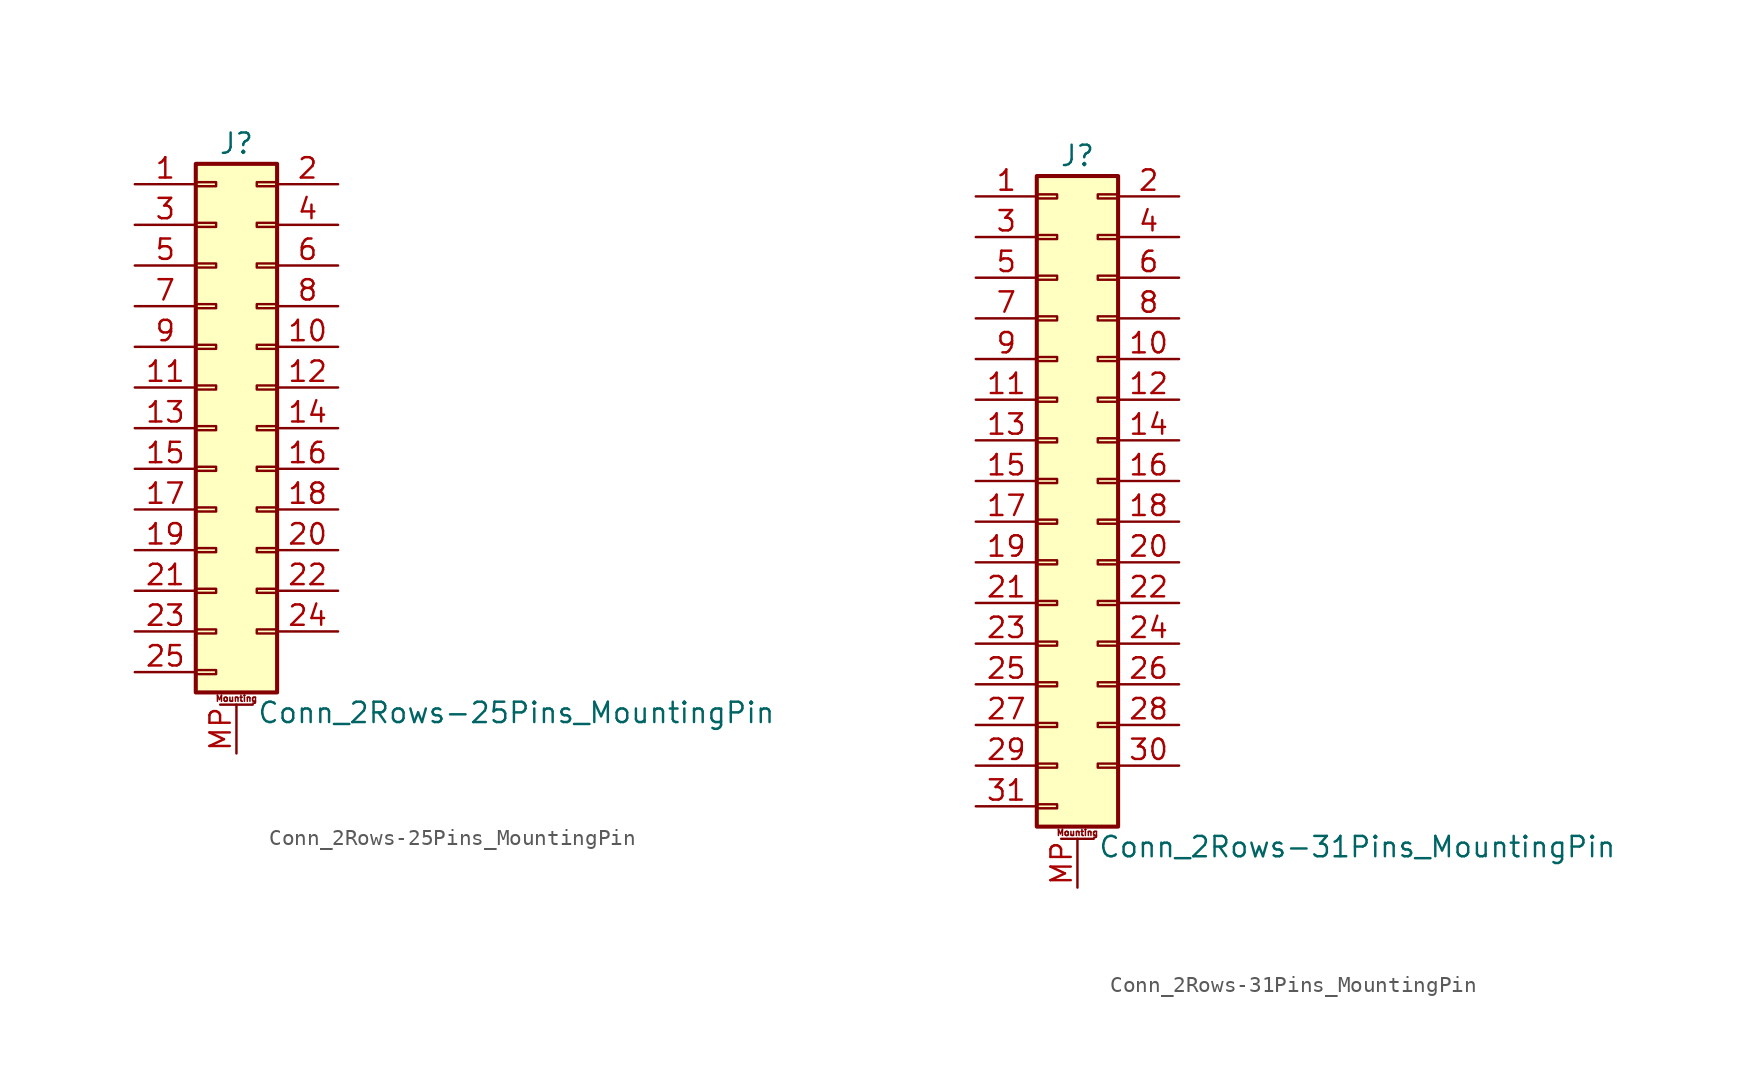
<source format=kicad_sym>
(kicad_symbol_lib
  (version 20211014)
  (generator kicad_symbol_editor)
  (symbol "Conn_2Rows-25Pins_MountingPin"
    (pin_names
      (offset 1.016) hide)
    (property "Reference" "J"
      (at 1.27 17.78 0)
      (effects (font (size 1.27 1.27))))
    (property "Value" "Conn_2Rows-25Pins_MountingPin"
      (at 2.54 -17.78 0)
      (effects (font (size 1.27 1.27)) (justify left)))
    (symbol "Conn_2Rows-25Pins_MountingPin_1_1"
      (rectangle (start -1.27 -15.113) (end 0 -15.367) (stroke (width 0.152) (type default) (color 0 0 0 0)) (fill (type none)))
      (rectangle (start -1.27 -12.573) (end 0 -12.827) (stroke (width 0.152) (type default) (color 0 0 0 0)) (fill (type none)))
      (rectangle (start -1.27 -10.033) (end 0 -10.287) (stroke (width 0.152) (type default) (color 0 0 0 0)) (fill (type none)))
      (rectangle (start -1.27 -7.493) (end 0 -7.747) (stroke (width 0.152) (type default) (color 0 0 0 0)) (fill (type none)))
      (rectangle (start -1.27 -4.953) (end 0 -5.207) (stroke (width 0.152) (type default) (color 0 0 0 0)) (fill (type none)))
      (rectangle (start -1.27 -2.413) (end 0 -2.667) (stroke (width 0.152) (type default) (color 0 0 0 0)) (fill (type none)))
      (rectangle (start -1.27 0.127) (end 0 -0.127) (stroke (width 0.152) (type default) (color 0 0 0 0)) (fill (type none)))
      (rectangle (start -1.27 2.667) (end 0 2.413) (stroke (width 0.152) (type default) (color 0 0 0 0)) (fill (type none)))
      (rectangle (start -1.27 5.207) (end 0 4.953) (stroke (width 0.152) (type default) (color 0 0 0 0)) (fill (type none)))
      (rectangle (start -1.27 7.747) (end 0 7.493) (stroke (width 0.152) (type default) (color 0 0 0 0)) (fill (type none)))
      (rectangle (start -1.27 10.287) (end 0 10.033) (stroke (width 0.152) (type default) (color 0 0 0 0)) (fill (type none)))
      (rectangle (start -1.27 12.827) (end 0 12.573) (stroke (width 0.152) (type default) (color 0 0 0 0)) (fill (type none)))
      (rectangle (start -1.27 15.367) (end 0 15.113) (stroke (width 0.152) (type default) (color 0 0 0 0)) (fill (type none)))
      (rectangle (start -1.27 16.51) (end 3.81 -16.51) (stroke (width 0.254) (type default) (color 0 0 0 0)) (fill (type background)))
      (polyline (pts (xy 0.254 -17.272) (xy 2.286 -17.272)) (stroke (width 0.152) (type default) (color 0 0 0 0)) (fill (type none)))
      (rectangle (start 3.81 -12.573) (end 2.54 -12.827) (stroke (width 0.152) (type default) (color 0 0 0 0)) (fill (type none)))
      (rectangle (start 3.81 -10.033) (end 2.54 -10.287) (stroke (width 0.152) (type default) (color 0 0 0 0)) (fill (type none)))
      (rectangle (start 3.81 -7.493) (end 2.54 -7.747) (stroke (width 0.152) (type default) (color 0 0 0 0)) (fill (type none)))
      (rectangle (start 3.81 -4.953) (end 2.54 -5.207) (stroke (width 0.152) (type default) (color 0 0 0 0)) (fill (type none)))
      (rectangle (start 3.81 -2.413) (end 2.54 -2.667) (stroke (width 0.152) (type default) (color 0 0 0 0)) (fill (type none)))
      (rectangle (start 3.81 0.127) (end 2.54 -0.127) (stroke (width 0.152) (type default) (color 0 0 0 0)) (fill (type none)))
      (rectangle (start 3.81 2.667) (end 2.54 2.413) (stroke (width 0.152) (type default) (color 0 0 0 0)) (fill (type none)))
      (rectangle (start 3.81 5.207) (end 2.54 4.953) (stroke (width 0.152) (type default) (color 0 0 0 0)) (fill (type none)))
      (rectangle (start 3.81 7.747) (end 2.54 7.493) (stroke (width 0.152) (type default) (color 0 0 0 0)) (fill (type none)))
      (rectangle (start 3.81 10.287) (end 2.54 10.033) (stroke (width 0.152) (type default) (color 0 0 0 0)) (fill (type none)))
      (rectangle (start 3.81 12.827) (end 2.54 12.573) (stroke (width 0.152) (type default) (color 0 0 0 0)) (fill (type none)))
      (rectangle (start 3.81 15.367) (end 2.54 15.113) (stroke (width 0.152) (type default) (color 0 0 0 0)) (fill (type none)))
      (text "Mounting" (at 1.27 -16.891 0) (effects (font (size 0.381 0.381))))
      (pin passive line (at -5.08 15.24 0) (length 3.81) (name "Pin_1" (effects (font (size 1.27 1.27)))) (number "1" (effects (font (size 1.27 1.27)))))
      (pin passive line (at 7.62 5.08 180) (length 3.81) (name "Pin_10" (effects (font (size 1.27 1.27)))) (number "10" (effects (font (size 1.27 1.27)))))
      (pin passive line (at -5.08 2.54 0) (length 3.81) (name "Pin_11" (effects (font (size 1.27 1.27)))) (number "11" (effects (font (size 1.27 1.27)))))
      (pin passive line (at 7.62 2.54 180) (length 3.81) (name "Pin_12" (effects (font (size 1.27 1.27)))) (number "12" (effects (font (size 1.27 1.27)))))
      (pin passive line (at -5.08 0 0) (length 3.81) (name "Pin_13" (effects (font (size 1.27 1.27)))) (number "13" (effects (font (size 1.27 1.27)))))
      (pin passive line (at 7.62 0 180) (length 3.81) (name "Pin_14" (effects (font (size 1.27 1.27)))) (number "14" (effects (font (size 1.27 1.27)))))
      (pin passive line (at -5.08 -2.54 0) (length 3.81) (name "Pin_15" (effects (font (size 1.27 1.27)))) (number "15" (effects (font (size 1.27 1.27)))))
      (pin passive line (at 7.62 -2.54 180) (length 3.81) (name "Pin_16" (effects (font (size 1.27 1.27)))) (number "16" (effects (font (size 1.27 1.27)))))
      (pin passive line (at -5.08 -5.08 0) (length 3.81) (name "Pin_17" (effects (font (size 1.27 1.27)))) (number "17" (effects (font (size 1.27 1.27)))))
      (pin passive line (at 7.62 -5.08 180) (length 3.81) (name "Pin_18" (effects (font (size 1.27 1.27)))) (number "18" (effects (font (size 1.27 1.27)))))
      (pin passive line (at -5.08 -7.62 0) (length 3.81) (name "Pin_19" (effects (font (size 1.27 1.27)))) (number "19" (effects (font (size 1.27 1.27)))))
      (pin passive line (at 7.62 15.24 180) (length 3.81) (name "Pin_2" (effects (font (size 1.27 1.27)))) (number "2" (effects (font (size 1.27 1.27)))))
      (pin passive line (at 7.62 -7.62 180) (length 3.81) (name "Pin_20" (effects (font (size 1.27 1.27)))) (number "20" (effects (font (size 1.27 1.27)))))
      (pin passive line (at -5.08 -10.16 0) (length 3.81) (name "Pin_21" (effects (font (size 1.27 1.27)))) (number "21" (effects (font (size 1.27 1.27)))))
      (pin passive line (at 7.62 -10.16 180) (length 3.81) (name "Pin_22" (effects (font (size 1.27 1.27)))) (number "22" (effects (font (size 1.27 1.27)))))
      (pin passive line (at -5.08 -12.7 0) (length 3.81) (name "Pin_23" (effects (font (size 1.27 1.27)))) (number "23" (effects (font (size 1.27 1.27)))))
      (pin passive line (at 7.62 -12.7 180) (length 3.81) (name "Pin_24" (effects (font (size 1.27 1.27)))) (number "24" (effects (font (size 1.27 1.27)))))
      (pin passive line (at -5.08 -15.24 0) (length 3.81) (name "Pin_25" (effects (font (size 1.27 1.27)))) (number "25" (effects (font (size 1.27 1.27)))))
      (pin passive line (at -5.08 12.7 0) (length 3.81) (name "Pin_3" (effects (font (size 1.27 1.27)))) (number "3" (effects (font (size 1.27 1.27)))))
      (pin passive line (at 7.62 12.7 180) (length 3.81) (name "Pin_4" (effects (font (size 1.27 1.27)))) (number "4" (effects (font (size 1.27 1.27)))))
      (pin passive line (at -5.08 10.16 0) (length 3.81) (name "Pin_5" (effects (font (size 1.27 1.27)))) (number "5" (effects (font (size 1.27 1.27)))))
      (pin passive line (at 7.62 10.16 180) (length 3.81) (name "Pin_6" (effects (font (size 1.27 1.27)))) (number "6" (effects (font (size 1.27 1.27)))))
      (pin passive line (at -5.08 7.62 0) (length 3.81) (name "Pin_7" (effects (font (size 1.27 1.27)))) (number "7" (effects (font (size 1.27 1.27)))))
      (pin passive line (at 7.62 7.62 180) (length 3.81) (name "Pin_8" (effects (font (size 1.27 1.27)))) (number "8" (effects (font (size 1.27 1.27)))))
      (pin passive line (at -5.08 5.08 0) (length 3.81) (name "Pin_9" (effects (font (size 1.27 1.27)))) (number "9" (effects (font (size 1.27 1.27)))))
      (pin passive line (at 1.27 -20.32 90) (length 3.048) (name "MountPin" (effects (font (size 1.27 1.27)))) (number "MP" (effects (font (size 1.27 1.27)))))))
  (symbol "Conn_2Rows-31Pins_MountingPin"
    (pin_names
      (offset 1.016) hide)
    (property "Reference" "J"
      (at 1.27 20.32 0)
      (effects (font (size 1.27 1.27))))
    (property "Value" "Conn_2Rows-31Pins_MountingPin"
      (at 2.54 -22.86 0)
      (effects (font (size 1.27 1.27)) (justify left)))
    (symbol "Conn_2Rows-31Pins_MountingPin_1_1"
      (rectangle (start -1.27 -20.193) (end 0 -20.447) (stroke (width 0.152) (type default) (color 0 0 0 0)) (fill (type none)))
      (rectangle (start -1.27 -17.653) (end 0 -17.907) (stroke (width 0.152) (type default) (color 0 0 0 0)) (fill (type none)))
      (rectangle (start -1.27 -15.113) (end 0 -15.367) (stroke (width 0.152) (type default) (color 0 0 0 0)) (fill (type none)))
      (rectangle (start -1.27 -12.573) (end 0 -12.827) (stroke (width 0.152) (type default) (color 0 0 0 0)) (fill (type none)))
      (rectangle (start -1.27 -10.033) (end 0 -10.287) (stroke (width 0.152) (type default) (color 0 0 0 0)) (fill (type none)))
      (rectangle (start -1.27 -7.493) (end 0 -7.747) (stroke (width 0.152) (type default) (color 0 0 0 0)) (fill (type none)))
      (rectangle (start -1.27 -4.953) (end 0 -5.207) (stroke (width 0.152) (type default) (color 0 0 0 0)) (fill (type none)))
      (rectangle (start -1.27 -2.413) (end 0 -2.667) (stroke (width 0.152) (type default) (color 0 0 0 0)) (fill (type none)))
      (rectangle (start -1.27 0.127) (end 0 -0.127) (stroke (width 0.152) (type default) (color 0 0 0 0)) (fill (type none)))
      (rectangle (start -1.27 2.667) (end 0 2.413) (stroke (width 0.152) (type default) (color 0 0 0 0)) (fill (type none)))
      (rectangle (start -1.27 5.207) (end 0 4.953) (stroke (width 0.152) (type default) (color 0 0 0 0)) (fill (type none)))
      (rectangle (start -1.27 7.747) (end 0 7.493) (stroke (width 0.152) (type default) (color 0 0 0 0)) (fill (type none)))
      (rectangle (start -1.27 10.287) (end 0 10.033) (stroke (width 0.152) (type default) (color 0 0 0 0)) (fill (type none)))
      (rectangle (start -1.27 12.827) (end 0 12.573) (stroke (width 0.152) (type default) (color 0 0 0 0)) (fill (type none)))
      (rectangle (start -1.27 15.367) (end 0 15.113) (stroke (width 0.152) (type default) (color 0 0 0 0)) (fill (type none)))
      (rectangle (start -1.27 17.907) (end 0 17.653) (stroke (width 0.152) (type default) (color 0 0 0 0)) (fill (type none)))
      (rectangle (start -1.27 19.05) (end 3.81 -21.59) (stroke (width 0.254) (type default) (color 0 0 0 0)) (fill (type background)))
      (polyline (pts (xy 0.254 -22.352) (xy 2.286 -22.352)) (stroke (width 0.152) (type default) (color 0 0 0 0)) (fill (type none)))
      (rectangle (start 3.81 -17.653) (end 2.54 -17.907) (stroke (width 0.152) (type default) (color 0 0 0 0)) (fill (type none)))
      (rectangle (start 3.81 -15.113) (end 2.54 -15.367) (stroke (width 0.152) (type default) (color 0 0 0 0)) (fill (type none)))
      (rectangle (start 3.81 -12.573) (end 2.54 -12.827) (stroke (width 0.152) (type default) (color 0 0 0 0)) (fill (type none)))
      (rectangle (start 3.81 -10.033) (end 2.54 -10.287) (stroke (width 0.152) (type default) (color 0 0 0 0)) (fill (type none)))
      (rectangle (start 3.81 -7.493) (end 2.54 -7.747) (stroke (width 0.152) (type default) (color 0 0 0 0)) (fill (type none)))
      (rectangle (start 3.81 -4.953) (end 2.54 -5.207) (stroke (width 0.152) (type default) (color 0 0 0 0)) (fill (type none)))
      (rectangle (start 3.81 -2.413) (end 2.54 -2.667) (stroke (width 0.152) (type default) (color 0 0 0 0)) (fill (type none)))
      (rectangle (start 3.81 0.127) (end 2.54 -0.127) (stroke (width 0.152) (type default) (color 0 0 0 0)) (fill (type none)))
      (rectangle (start 3.81 2.667) (end 2.54 2.413) (stroke (width 0.152) (type default) (color 0 0 0 0)) (fill (type none)))
      (rectangle (start 3.81 5.207) (end 2.54 4.953) (stroke (width 0.152) (type default) (color 0 0 0 0)) (fill (type none)))
      (rectangle (start 3.81 7.747) (end 2.54 7.493) (stroke (width 0.152) (type default) (color 0 0 0 0)) (fill (type none)))
      (rectangle (start 3.81 10.287) (end 2.54 10.033) (stroke (width 0.152) (type default) (color 0 0 0 0)) (fill (type none)))
      (rectangle (start 3.81 12.827) (end 2.54 12.573) (stroke (width 0.152) (type default) (color 0 0 0 0)) (fill (type none)))
      (rectangle (start 3.81 15.367) (end 2.54 15.113) (stroke (width 0.152) (type default) (color 0 0 0 0)) (fill (type none)))
      (rectangle (start 3.81 17.907) (end 2.54 17.653) (stroke (width 0.152) (type default) (color 0 0 0 0)) (fill (type none)))
      (text "Mounting" (at 1.27 -21.971 0) (effects (font (size 0.381 0.381))))
      (pin passive line (at -5.08 17.78 0) (length 3.81) (name "Pin_1" (effects (font (size 1.27 1.27)))) (number "1" (effects (font (size 1.27 1.27)))))
      (pin passive line (at 7.62 7.62 180) (length 3.81) (name "Pin_10" (effects (font (size 1.27 1.27)))) (number "10" (effects (font (size 1.27 1.27)))))
      (pin passive line (at -5.08 5.08 0) (length 3.81) (name "Pin_11" (effects (font (size 1.27 1.27)))) (number "11" (effects (font (size 1.27 1.27)))))
      (pin passive line (at 7.62 5.08 180) (length 3.81) (name "Pin_12" (effects (font (size 1.27 1.27)))) (number "12" (effects (font (size 1.27 1.27)))))
      (pin passive line (at -5.08 2.54 0) (length 3.81) (name "Pin_13" (effects (font (size 1.27 1.27)))) (number "13" (effects (font (size 1.27 1.27)))))
      (pin passive line (at 7.62 2.54 180) (length 3.81) (name "Pin_14" (effects (font (size 1.27 1.27)))) (number "14" (effects (font (size 1.27 1.27)))))
      (pin passive line (at -5.08 0 0) (length 3.81) (name "Pin_15" (effects (font (size 1.27 1.27)))) (number "15" (effects (font (size 1.27 1.27)))))
      (pin passive line (at 7.62 0 180) (length 3.81) (name "Pin_16" (effects (font (size 1.27 1.27)))) (number "16" (effects (font (size 1.27 1.27)))))
      (pin passive line (at -5.08 -2.54 0) (length 3.81) (name "Pin_17" (effects (font (size 1.27 1.27)))) (number "17" (effects (font (size 1.27 1.27)))))
      (pin passive line (at 7.62 -2.54 180) (length 3.81) (name "Pin_18" (effects (font (size 1.27 1.27)))) (number "18" (effects (font (size 1.27 1.27)))))
      (pin passive line (at -5.08 -5.08 0) (length 3.81) (name "Pin_19" (effects (font (size 1.27 1.27)))) (number "19" (effects (font (size 1.27 1.27)))))
      (pin passive line (at 7.62 17.78 180) (length 3.81) (name "Pin_2" (effects (font (size 1.27 1.27)))) (number "2" (effects (font (size 1.27 1.27)))))
      (pin passive line (at 7.62 -5.08 180) (length 3.81) (name "Pin_20" (effects (font (size 1.27 1.27)))) (number "20" (effects (font (size 1.27 1.27)))))
      (pin passive line (at -5.08 -7.62 0) (length 3.81) (name "Pin_21" (effects (font (size 1.27 1.27)))) (number "21" (effects (font (size 1.27 1.27)))))
      (pin passive line (at 7.62 -7.62 180) (length 3.81) (name "Pin_22" (effects (font (size 1.27 1.27)))) (number "22" (effects (font (size 1.27 1.27)))))
      (pin passive line (at -5.08 -10.16 0) (length 3.81) (name "Pin_23" (effects (font (size 1.27 1.27)))) (number "23" (effects (font (size 1.27 1.27)))))
      (pin passive line (at 7.62 -10.16 180) (length 3.81) (name "Pin_24" (effects (font (size 1.27 1.27)))) (number "24" (effects (font (size 1.27 1.27)))))
      (pin passive line (at -5.08 -12.7 0) (length 3.81) (name "Pin_25" (effects (font (size 1.27 1.27)))) (number "25" (effects (font (size 1.27 1.27)))))
      (pin passive line (at 7.62 -12.7 180) (length 3.81) (name "Pin_26" (effects (font (size 1.27 1.27)))) (number "26" (effects (font (size 1.27 1.27)))))
      (pin passive line (at -5.08 -15.24 0) (length 3.81) (name "Pin_27" (effects (font (size 1.27 1.27)))) (number "27" (effects (font (size 1.27 1.27)))))
      (pin passive line (at 7.62 -15.24 180) (length 3.81) (name "Pin_28" (effects (font (size 1.27 1.27)))) (number "28" (effects (font (size 1.27 1.27)))))
      (pin passive line (at -5.08 -17.78 0) (length 3.81) (name "Pin_29" (effects (font (size 1.27 1.27)))) (number "29" (effects (font (size 1.27 1.27)))))
      (pin passive line (at -5.08 15.24 0) (length 3.81) (name "Pin_3" (effects (font (size 1.27 1.27)))) (number "3" (effects (font (size 1.27 1.27)))))
      (pin passive line (at 7.62 -17.78 180) (length 3.81) (name "Pin_30" (effects (font (size 1.27 1.27)))) (number "30" (effects (font (size 1.27 1.27)))))
      (pin passive line (at -5.08 -20.32 0) (length 3.81) (name "Pin_31" (effects (font (size 1.27 1.27)))) (number "31" (effects (font (size 1.27 1.27)))))
      (pin passive line (at 7.62 15.24 180) (length 3.81) (name "Pin_4" (effects (font (size 1.27 1.27)))) (number "4" (effects (font (size 1.27 1.27)))))
      (pin passive line (at -5.08 12.7 0) (length 3.81) (name "Pin_5" (effects (font (size 1.27 1.27)))) (number "5" (effects (font (size 1.27 1.27)))))
      (pin passive line (at 7.62 12.7 180) (length 3.81) (name "Pin_6" (effects (font (size 1.27 1.27)))) (number "6" (effects (font (size 1.27 1.27)))))
      (pin passive line (at -5.08 10.16 0) (length 3.81) (name "Pin_7" (effects (font (size 1.27 1.27)))) (number "7" (effects (font (size 1.27 1.27)))))
      (pin passive line (at 7.62 10.16 180) (length 3.81) (name "Pin_8" (effects (font (size 1.27 1.27)))) (number "8" (effects (font (size 1.27 1.27)))))
      (pin passive line (at -5.08 7.62 0) (length 3.81) (name "Pin_9" (effects (font (size 1.27 1.27)))) (number "9" (effects (font (size 1.27 1.27)))))
      (pin passive line (at 1.27 -25.4 90) (length 3.048) (name "MountPin" (effects (font (size 1.27 1.27)))) (number "MP" (effects (font (size 1.27 1.27))))))))
</source>
